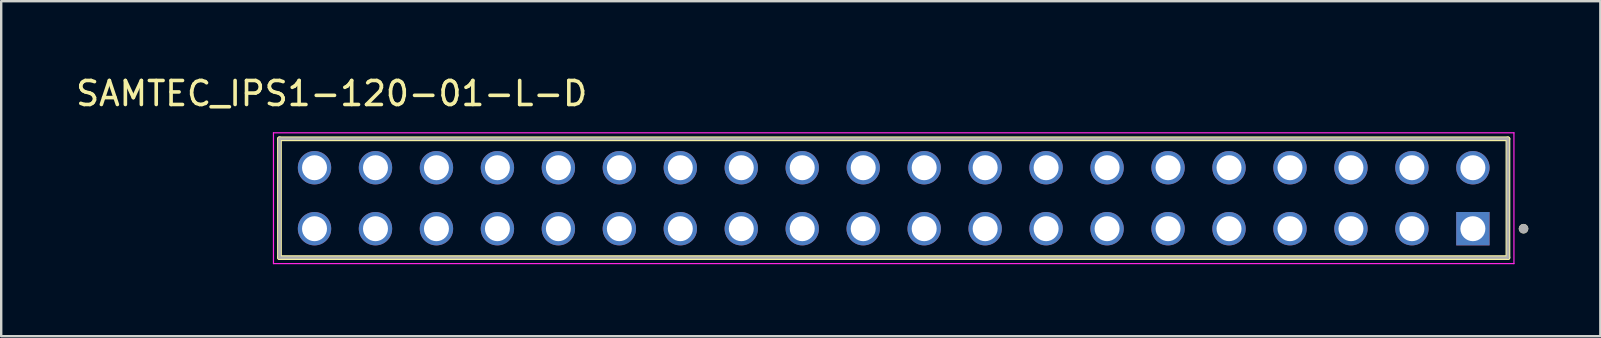
<source format=kicad_pcb>
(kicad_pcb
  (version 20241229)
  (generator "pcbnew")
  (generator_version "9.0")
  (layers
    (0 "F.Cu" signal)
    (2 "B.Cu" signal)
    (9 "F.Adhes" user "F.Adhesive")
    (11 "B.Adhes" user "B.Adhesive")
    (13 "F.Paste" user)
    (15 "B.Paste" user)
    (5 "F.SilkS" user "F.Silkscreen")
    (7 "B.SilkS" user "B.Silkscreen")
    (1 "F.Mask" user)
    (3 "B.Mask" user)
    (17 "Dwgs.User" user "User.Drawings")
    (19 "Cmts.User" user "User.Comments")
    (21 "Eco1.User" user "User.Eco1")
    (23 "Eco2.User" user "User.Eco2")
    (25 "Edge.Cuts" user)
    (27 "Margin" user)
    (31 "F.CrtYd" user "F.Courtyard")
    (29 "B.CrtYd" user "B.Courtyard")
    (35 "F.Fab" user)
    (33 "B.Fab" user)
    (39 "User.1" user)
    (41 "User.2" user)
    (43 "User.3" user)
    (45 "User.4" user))
  (footprint "SAMTEC_IPS1-120-01-L-D"
    (layer "F.Cu")
    (at 34.183 5.208)
    (property "Reference" "SAMTEC_IPS1-120-01-L-D" (at -23.415 -4.36 0) (layer "F.SilkS") (effects (font (size 1 1) (thickness 0.15))))
    (attr through_hole)
    (fp_line (start -25.59 2.475) (end -25.59 -2.475) (stroke (width 0.2) (type solid)) (layer "F.SilkS"))
    (fp_line (start 25.59 -2.475) (end -25.59 -2.475) (stroke (width 0.2) (type solid)) (layer "F.SilkS"))
    (fp_line (start 25.59 -2.475) (end 25.59 2.475) (stroke (width 0.2) (type solid)) (layer "F.SilkS"))
    (fp_line (start 25.59 2.475) (end -25.59 2.475) (stroke (width 0.2) (type solid)) (layer "F.SilkS"))
    (fp_circle (center 26.24 1.27) (end 26.34 1.27) (stroke (width 0.2) (type solid)) (fill no) (layer "F.SilkS"))
    (fp_line (start -25.84 -2.725) (end 25.84 -2.725) (stroke (width 0.05) (type solid)) (layer "F.CrtYd"))
    (fp_line (start -25.84 2.725) (end -25.84 -2.725) (stroke (width 0.05) (type solid)) (layer "F.CrtYd"))
    (fp_line (start 25.84 -2.725) (end 25.84 2.725) (stroke (width 0.05) (type solid)) (layer "F.CrtYd"))
    (fp_line (start 25.84 2.725) (end -25.84 2.725) (stroke (width 0.05) (type solid)) (layer "F.CrtYd"))
    (fp_line (start -25.59 -2.475) (end 25.59 -2.475) (stroke (width 0.1) (type solid)) (layer "F.Fab"))
    (fp_line (start -25.59 -2.475) (end 25.59 -2.475) (stroke (width 0.1) (type solid)) (layer "F.Fab"))
    (fp_line (start -25.59 2.475) (end -25.59 -2.475) (stroke (width 0.1) (type solid)) (layer "F.Fab"))
    (fp_line (start -25.59 2.475) (end -25.59 -2.475) (stroke (width 0.1) (type solid)) (layer "F.Fab"))
    (fp_line (start 25.59 -2.475) (end 25.59 2.475) (stroke (width 0.1) (type solid)) (layer "F.Fab"))
    (fp_line (start 25.59 -2.475) (end 25.59 2.475) (stroke (width 0.1) (type solid)) (layer "F.Fab"))
    (fp_line (start 25.59 2.475) (end -25.59 2.475) (stroke (width 0.1) (type solid)) (layer "F.Fab"))
    (fp_circle (center 26.24 1.27) (end 26.34 1.27) (stroke (width 0.2) (type solid)) (fill no) (layer "F.Fab"))
    (pad "01" thru_hole rect (at 24.13 1.27) (size 1.39 1.39) (drill 1.04) (layers "*.Cu" "*.Mask"))
    (pad "02" thru_hole circle (at 24.13 -1.27) (size 1.39 1.39) (drill 1.04) (layers "*.Cu" "*.Mask"))
    (pad "03" thru_hole circle (at 21.59 1.27) (size 1.39 1.39) (drill 1.04) (layers "*.Cu" "*.Mask"))
    (pad "04" thru_hole circle (at 21.59 -1.27) (size 1.39 1.39) (drill 1.04) (layers "*.Cu" "*.Mask"))
    (pad "05" thru_hole circle (at 19.05 1.27) (size 1.39 1.39) (drill 1.04) (layers "*.Cu" "*.Mask"))
    (pad "06" thru_hole circle (at 19.05 -1.27) (size 1.39 1.39) (drill 1.04) (layers "*.Cu" "*.Mask"))
    (pad "07" thru_hole circle (at 16.51 1.27) (size 1.39 1.39) (drill 1.04) (layers "*.Cu" "*.Mask"))
    (pad "08" thru_hole circle (at 16.51 -1.27) (size 1.39 1.39) (drill 1.04) (layers "*.Cu" "*.Mask"))
    (pad "09" thru_hole circle (at 13.97 1.27) (size 1.39 1.39) (drill 1.04) (layers "*.Cu" "*.Mask"))
    (pad "10" thru_hole circle (at 13.97 -1.27) (size 1.39 1.39) (drill 1.04) (layers "*.Cu" "*.Mask"))
    (pad "11" thru_hole circle (at 11.43 1.27) (size 1.39 1.39) (drill 1.04) (layers "*.Cu" "*.Mask"))
    (pad "12" thru_hole circle (at 11.43 -1.27) (size 1.39 1.39) (drill 1.04) (layers "*.Cu" "*.Mask"))
    (pad "13" thru_hole circle (at 8.89 1.27) (size 1.39 1.39) (drill 1.04) (layers "*.Cu" "*.Mask"))
    (pad "14" thru_hole circle (at 8.89 -1.27) (size 1.39 1.39) (drill 1.04) (layers "*.Cu" "*.Mask"))
    (pad "15" thru_hole circle (at 6.35 1.27) (size 1.39 1.39) (drill 1.04) (layers "*.Cu" "*.Mask"))
    (pad "16" thru_hole circle (at 6.35 -1.27) (size 1.39 1.39) (drill 1.04) (layers "*.Cu" "*.Mask"))
    (pad "17" thru_hole circle (at 3.81 1.27) (size 1.39 1.39) (drill 1.04) (layers "*.Cu" "*.Mask"))
    (pad "18" thru_hole circle (at 3.81 -1.27) (size 1.39 1.39) (drill 1.04) (layers "*.Cu" "*.Mask"))
    (pad "19" thru_hole circle (at 1.27 1.27) (size 1.39 1.39) (drill 1.04) (layers "*.Cu" "*.Mask"))
    (pad "20" thru_hole circle (at 1.27 -1.27) (size 1.39 1.39) (drill 1.04) (layers "*.Cu" "*.Mask"))
    (pad "21" thru_hole circle (at -1.27 1.27) (size 1.39 1.39) (drill 1.04) (layers "*.Cu" "*.Mask"))
    (pad "22" thru_hole circle (at -1.27 -1.27) (size 1.39 1.39) (drill 1.04) (layers "*.Cu" "*.Mask"))
    (pad "23" thru_hole circle (at -3.81 1.27) (size 1.39 1.39) (drill 1.04) (layers "*.Cu" "*.Mask"))
    (pad "24" thru_hole circle (at -3.81 -1.27) (size 1.39 1.39) (drill 1.04) (layers "*.Cu" "*.Mask"))
    (pad "25" thru_hole circle (at -6.35 1.27) (size 1.39 1.39) (drill 1.04) (layers "*.Cu" "*.Mask"))
    (pad "26" thru_hole circle (at -6.35 -1.27) (size 1.39 1.39) (drill 1.04) (layers "*.Cu" "*.Mask"))
    (pad "27" thru_hole circle (at -8.89 1.27) (size 1.39 1.39) (drill 1.04) (layers "*.Cu" "*.Mask"))
    (pad "28" thru_hole circle (at -8.89 -1.27) (size 1.39 1.39) (drill 1.04) (layers "*.Cu" "*.Mask"))
    (pad "29" thru_hole circle (at -11.43 1.27) (size 1.39 1.39) (drill 1.04) (layers "*.Cu" "*.Mask"))
    (pad "30" thru_hole circle (at -11.43 -1.27) (size 1.39 1.39) (drill 1.04) (layers "*.Cu" "*.Mask"))
    (pad "31" thru_hole circle (at -13.97 1.27) (size 1.39 1.39) (drill 1.04) (layers "*.Cu" "*.Mask"))
    (pad "32" thru_hole circle (at -13.97 -1.27) (size 1.39 1.39) (drill 1.04) (layers "*.Cu" "*.Mask"))
    (pad "33" thru_hole circle (at -16.51 1.27) (size 1.39 1.39) (drill 1.04) (layers "*.Cu" "*.Mask"))
    (pad "34" thru_hole circle (at -16.51 -1.27) (size 1.39 1.39) (drill 1.04) (layers "*.Cu" "*.Mask"))
    (pad "35" thru_hole circle (at -19.05 1.27) (size 1.39 1.39) (drill 1.04) (layers "*.Cu" "*.Mask"))
    (pad "36" thru_hole circle (at -19.05 -1.27) (size 1.39 1.39) (drill 1.04) (layers "*.Cu" "*.Mask"))
    (pad "37" thru_hole circle (at -21.59 1.27) (size 1.39 1.39) (drill 1.04) (layers "*.Cu" "*.Mask"))
    (pad "38" thru_hole circle (at -21.59 -1.27) (size 1.39 1.39) (drill 1.04) (layers "*.Cu" "*.Mask"))
    (pad "39" thru_hole circle (at -24.13 1.27) (size 1.39 1.39) (drill 1.04) (layers "*.Cu" "*.Mask"))
    (pad "40" thru_hole circle (at -24.13 -1.27) (size 1.39 1.39) (drill 1.04) (layers "*.Cu" "*.Mask")))
  (gr_rect
    (start -3 -3)
    (end 63.623 10.958)
    (stroke (width 0.1) (type default))
    (fill no)
    (layer "Edge.Cuts")))
</source>
